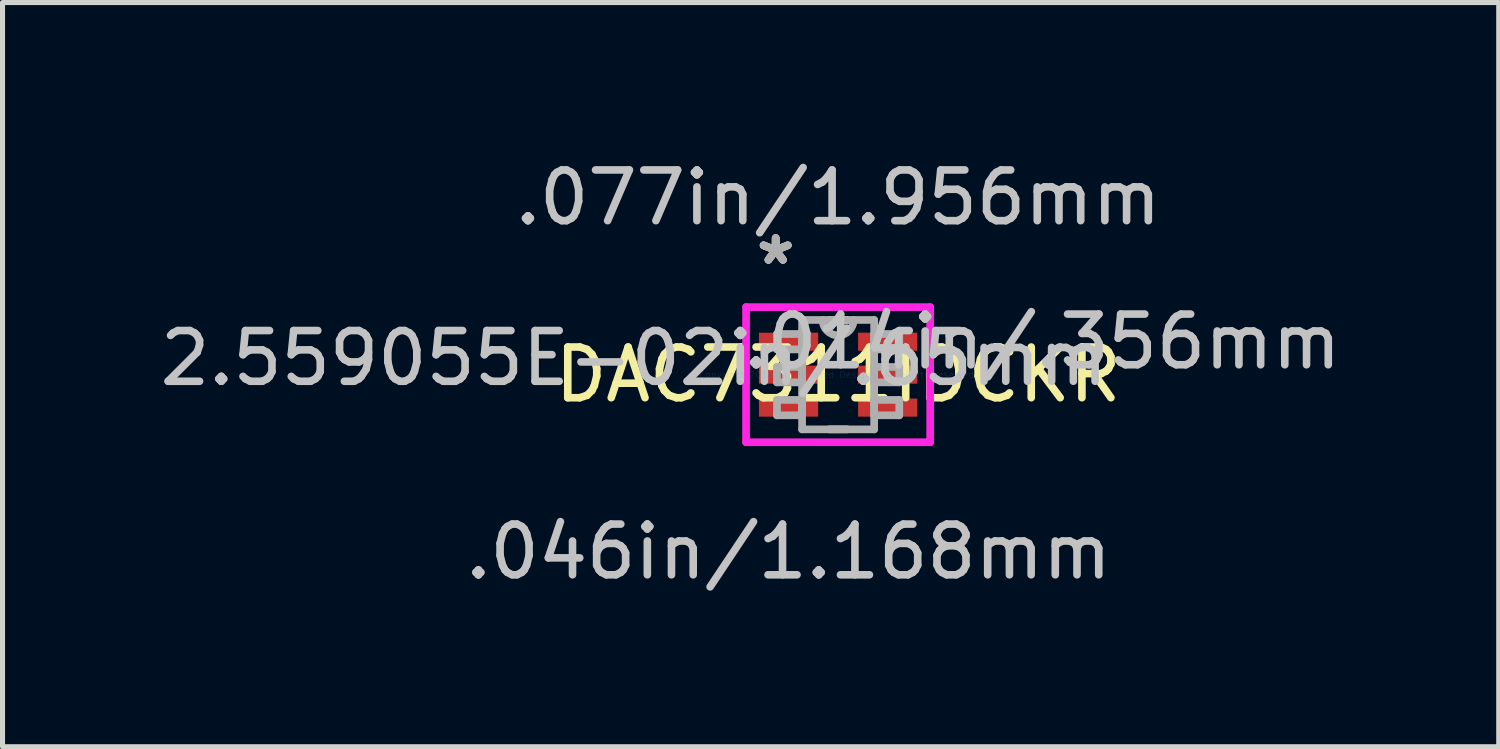
<source format=kicad_pcb>
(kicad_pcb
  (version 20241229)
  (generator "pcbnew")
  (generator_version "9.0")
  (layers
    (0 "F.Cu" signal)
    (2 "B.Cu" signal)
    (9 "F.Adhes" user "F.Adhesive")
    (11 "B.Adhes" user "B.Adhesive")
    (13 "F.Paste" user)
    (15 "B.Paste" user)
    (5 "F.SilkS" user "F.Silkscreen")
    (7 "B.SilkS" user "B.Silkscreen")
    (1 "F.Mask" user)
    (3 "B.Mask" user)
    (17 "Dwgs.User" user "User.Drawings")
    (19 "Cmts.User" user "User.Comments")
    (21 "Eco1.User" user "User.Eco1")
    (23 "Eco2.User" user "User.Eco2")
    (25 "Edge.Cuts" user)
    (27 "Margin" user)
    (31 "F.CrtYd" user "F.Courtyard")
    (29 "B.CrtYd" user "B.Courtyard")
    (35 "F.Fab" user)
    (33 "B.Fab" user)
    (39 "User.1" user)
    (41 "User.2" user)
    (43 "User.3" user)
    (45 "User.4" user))
  (footprint "DAC7311IDCKR"
    (layer "F.Cu")
    (at 13.484 4.341)
    (property "Reference" "DAC7311IDCKR" (at 0 0 0) (layer "F.SilkS") (effects (font (size 1 1) (thickness 0.15))))
    (attr through_hole)
    (fp_line (start -0.176 1.079) (end 0.176 1.079) (stroke (width 0.152) (type solid)) (layer "F.SilkS"))
    (fp_line (start 0.176 -1.079) (end -0.176 -1.079) (stroke (width 0.152) (type solid)) (layer "F.SilkS"))
    (fp_line (start -1.816 -1.333) (end 1.816 -1.333) (stroke (width 0.152) (type solid)) (layer "F.CrtYd"))
    (fp_line (start -1.816 1.333) (end -1.816 -1.333) (stroke (width 0.152) (type solid)) (layer "F.CrtYd"))
    (fp_line (start 1.816 -1.333) (end 1.816 1.333) (stroke (width 0.152) (type solid)) (layer "F.CrtYd"))
    (fp_line (start 1.816 1.333) (end -1.816 1.333) (stroke (width 0.152) (type solid)) (layer "F.CrtYd"))
    (fp_line (start -1.206 -0.802) (end -1.206 -0.498) (stroke (width 0.152) (type solid)) (layer "F.Fab"))
    (fp_line (start -1.206 -0.498) (end -0.711 -0.498) (stroke (width 0.152) (type solid)) (layer "F.Fab"))
    (fp_line (start -1.206 -0.152) (end -1.206 0.152) (stroke (width 0.152) (type solid)) (layer "F.Fab"))
    (fp_line (start -1.206 0.152) (end -0.711 0.152) (stroke (width 0.152) (type solid)) (layer "F.Fab"))
    (fp_line (start -1.206 0.498) (end -1.206 0.802) (stroke (width 0.152) (type solid)) (layer "F.Fab"))
    (fp_line (start -1.206 0.802) (end -0.711 0.802) (stroke (width 0.152) (type solid)) (layer "F.Fab"))
    (fp_line (start -0.711 -1.079) (end -0.711 1.079) (stroke (width 0.152) (type solid)) (layer "F.Fab"))
    (fp_line (start -0.711 -0.802) (end -1.206 -0.802) (stroke (width 0.152) (type solid)) (layer "F.Fab"))
    (fp_line (start -0.711 -0.498) (end -0.711 -0.802) (stroke (width 0.152) (type solid)) (layer "F.Fab"))
    (fp_line (start -0.711 -0.152) (end -1.206 -0.152) (stroke (width 0.152) (type solid)) (layer "F.Fab"))
    (fp_line (start -0.711 0.152) (end -0.711 -0.152) (stroke (width 0.152) (type solid)) (layer "F.Fab"))
    (fp_line (start -0.711 0.498) (end -1.206 0.498) (stroke (width 0.152) (type solid)) (layer "F.Fab"))
    (fp_line (start -0.711 0.802) (end -0.711 0.498) (stroke (width 0.152) (type solid)) (layer "F.Fab"))
    (fp_line (start -0.711 1.079) (end 0.711 1.079) (stroke (width 0.152) (type solid)) (layer "F.Fab"))
    (fp_line (start 0.711 -1.079) (end -0.711 -1.079) (stroke (width 0.152) (type solid)) (layer "F.Fab"))
    (fp_line (start 0.711 -0.802) (end 0.711 -0.498) (stroke (width 0.152) (type solid)) (layer "F.Fab"))
    (fp_line (start 0.711 -0.498) (end 1.206 -0.498) (stroke (width 0.152) (type solid)) (layer "F.Fab"))
    (fp_line (start 0.711 -0.152) (end 0.711 0.152) (stroke (width 0.152) (type solid)) (layer "F.Fab"))
    (fp_line (start 0.711 0.152) (end 1.206 0.152) (stroke (width 0.152) (type solid)) (layer "F.Fab"))
    (fp_line (start 0.711 0.498) (end 0.711 0.802) (stroke (width 0.152) (type solid)) (layer "F.Fab"))
    (fp_line (start 0.711 0.802) (end 1.206 0.802) (stroke (width 0.152) (type solid)) (layer "F.Fab"))
    (fp_line (start 0.711 1.079) (end 0.711 -1.079) (stroke (width 0.152) (type solid)) (layer "F.Fab"))
    (fp_line (start 1.206 -0.802) (end 0.711 -0.802) (stroke (width 0.152) (type solid)) (layer "F.Fab"))
    (fp_line (start 1.206 -0.498) (end 1.206 -0.802) (stroke (width 0.152) (type solid)) (layer "F.Fab"))
    (fp_line (start 1.206 -0.152) (end 0.711 -0.152) (stroke (width 0.152) (type solid)) (layer "F.Fab"))
    (fp_line (start 1.206 0.152) (end 1.206 -0.152) (stroke (width 0.152) (type solid)) (layer "F.Fab"))
    (fp_line (start 1.206 0.498) (end 0.711 0.498) (stroke (width 0.152) (type solid)) (layer "F.Fab"))
    (fp_line (start 1.206 0.802) (end 1.206 0.498) (stroke (width 0.152) (type solid)) (layer "F.Fab"))
    (fp_arc (start 0.3048 -1.0795) (mid 0 -0.7747) (end -0.3048 -1.0795) (stroke (width 0.1524) (type solid)) (layer "F.Fab"))
    (fp_text user "*" (at -1.232 -2.149 0) (layer "F.SilkS") (effects (font (size 1 1) (thickness 0.15))))
    (fp_text user "*" (at -1.232 -2.149 0) (layer "F.SilkS") (effects (font (size 1 1) (thickness 0.15))))
    (fp_text user ".014in/.356mm" (at 4.026 -0.65 0) (layer "Dwgs.User") (effects (font (size 1 1) (thickness 0.15))))
    (fp_text user ".046in/1.168mm" (at -0.978 3.493 0) (layer "Dwgs.User") (effects (font (size 1 1) (thickness 0.15))))
    (fp_text user "2.559055E-02in/.65mm" (at -4.026 -0.325 0) (layer "Dwgs.User") (effects (font (size 1 1) (thickness 0.15))))
    (fp_text user ".077in/1.956mm" (at 0 -3.493 0) (layer "Dwgs.User") (effects (font (size 1 1) (thickness 0.15))))
    (fp_text user "Copyright 2016 Accelerated Designs. All rights reserved." (at 0 0 0) (layer "Cmts.User") (effects (font (size 0.127 0.127) (thickness 0.002))))
    (fp_text user "*" (at -1.232 -2.149 0) (layer "F.Fab") (effects (font (size 1 1) (thickness 0.15))))
    (fp_text user "*" (at -1.232 -2.149 0) (layer "F.Fab") (effects (font (size 1 1) (thickness 0.15))))
    (pad "1" smd rect (at -0.978 -0.65) (size 1.168 0.356) (layers "F.Cu" "F.Mask" "F.Paste"))
    (pad "2" smd rect (at -0.978 0) (size 1.168 0.356) (layers "F.Cu" "F.Mask" "F.Paste"))
    (pad "3" smd rect (at -0.978 0.65) (size 1.168 0.356) (layers "F.Cu" "F.Mask" "F.Paste"))
    (pad "4" smd rect (at 0.978 0.65) (size 1.168 0.356) (layers "F.Cu" "F.Mask" "F.Paste"))
    (pad "5" smd rect (at 0.978 0) (size 1.168 0.356) (layers "F.Cu" "F.Mask" "F.Paste"))
    (pad "6" smd rect (at 0.978 -0.65) (size 1.168 0.356) (layers "F.Cu" "F.Mask" "F.Paste")))
  (gr_rect
    (start -3 -3)
    (end 26.516 11.681)
    (stroke (width 0.1) (type default))
    (fill no)
    (layer "Edge.Cuts")))
</source>
